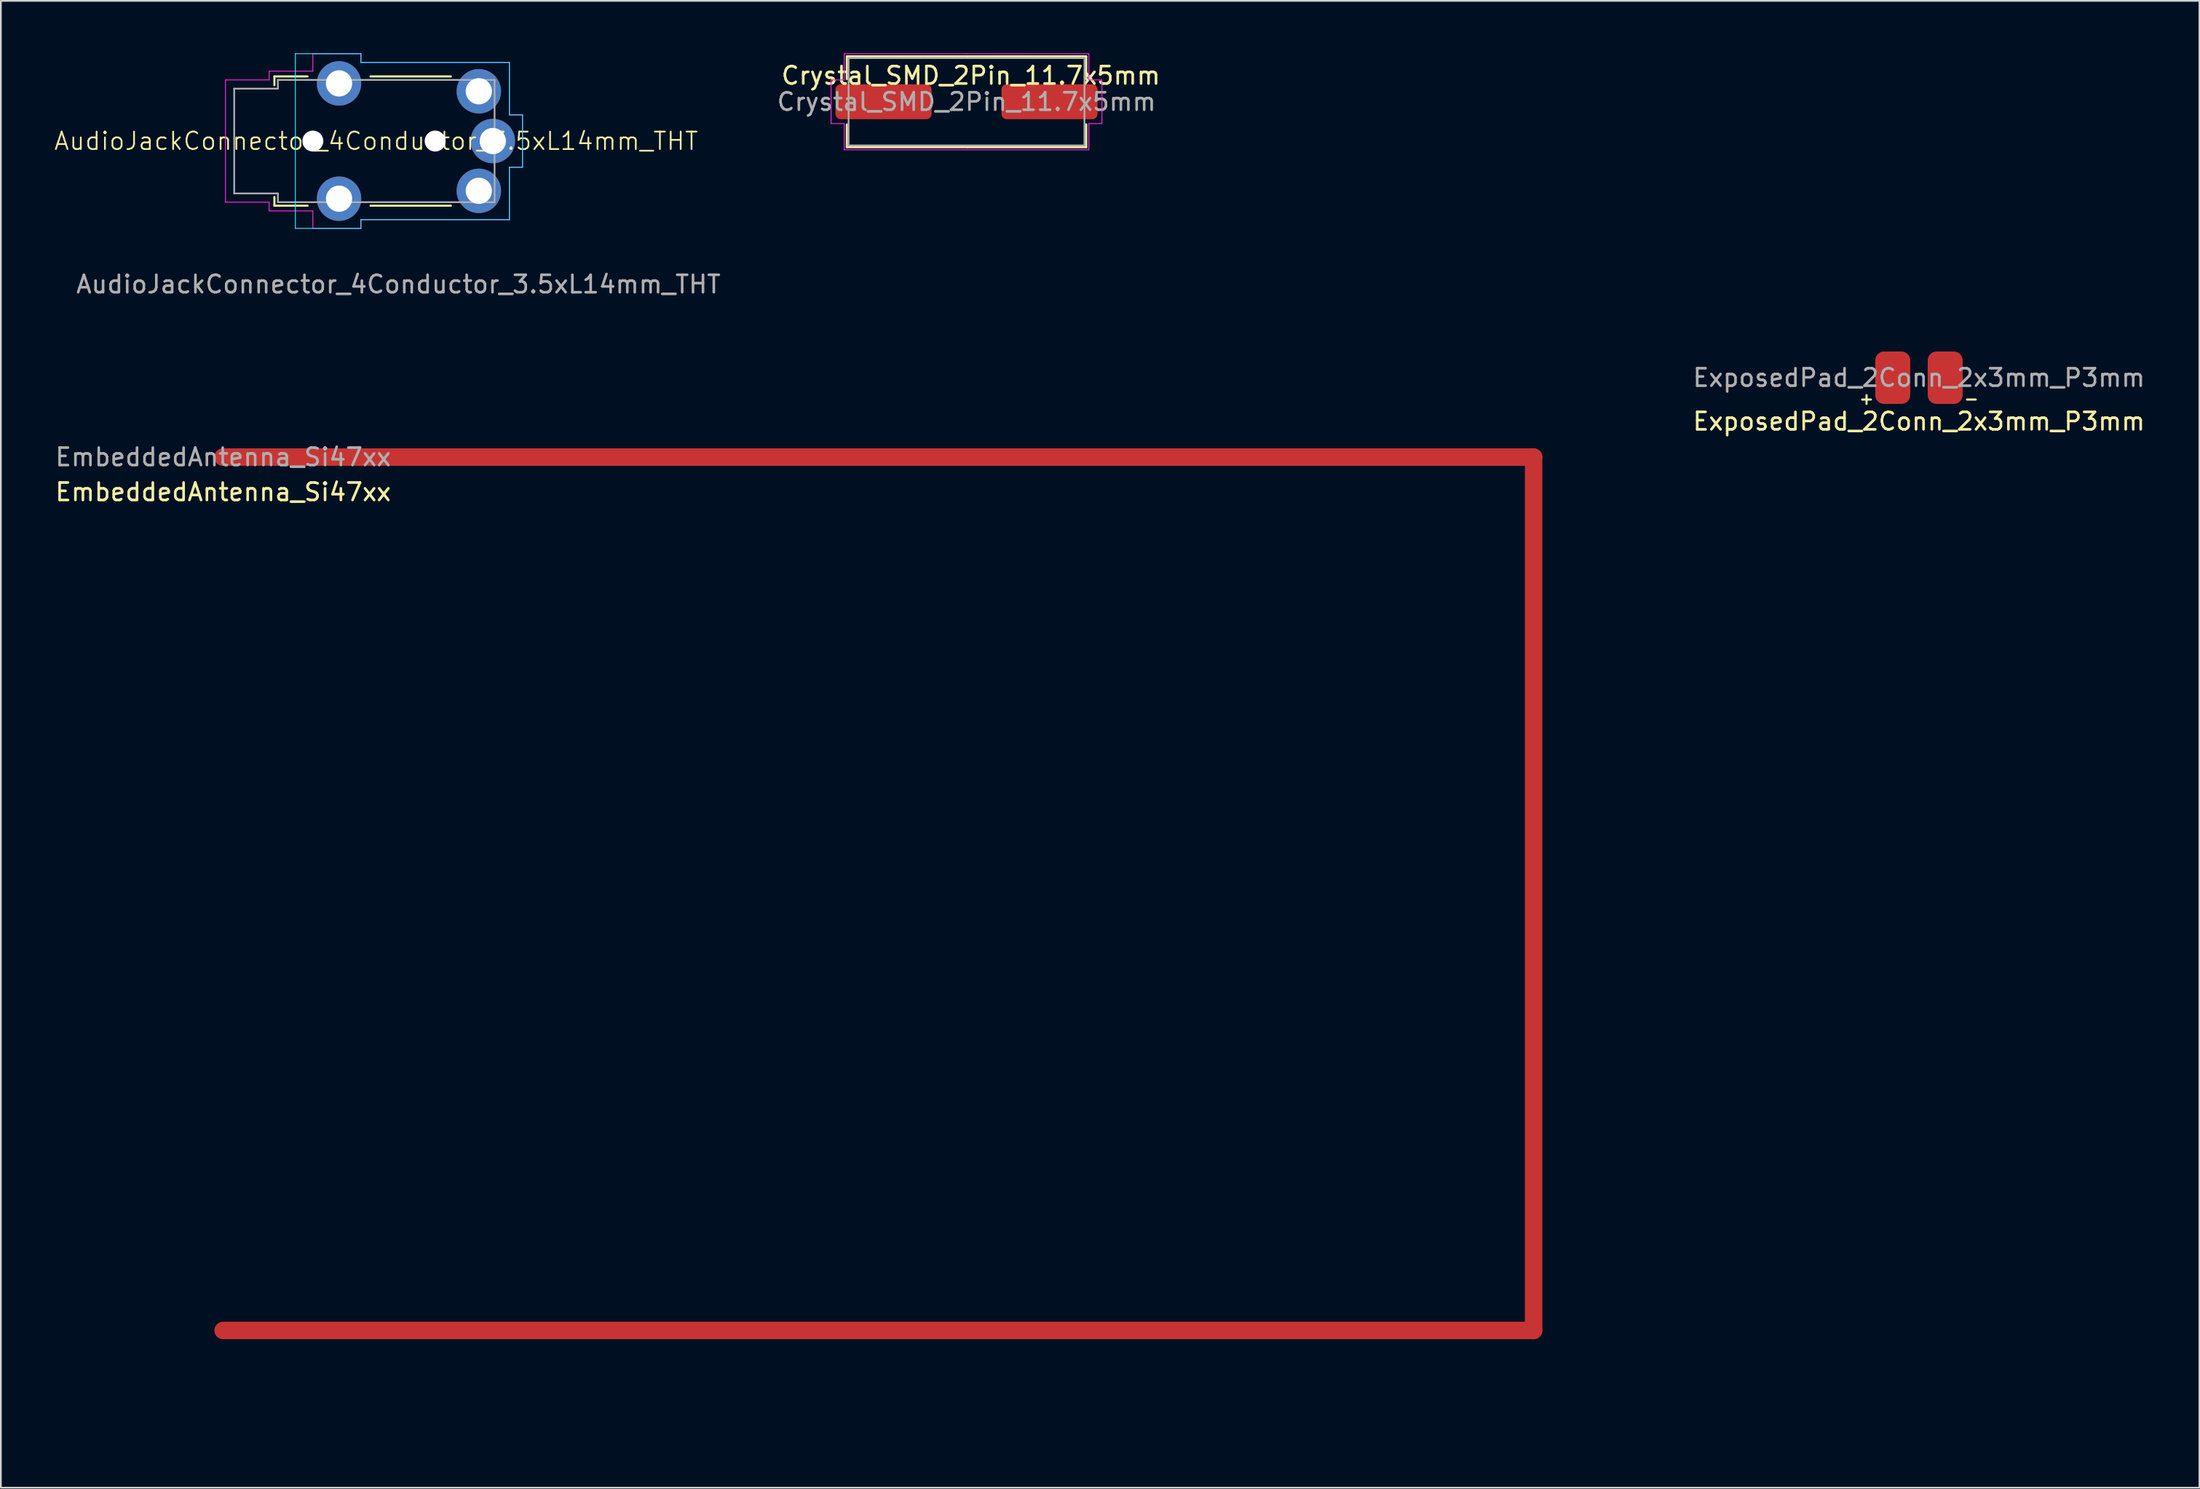
<source format=kicad_pcb>
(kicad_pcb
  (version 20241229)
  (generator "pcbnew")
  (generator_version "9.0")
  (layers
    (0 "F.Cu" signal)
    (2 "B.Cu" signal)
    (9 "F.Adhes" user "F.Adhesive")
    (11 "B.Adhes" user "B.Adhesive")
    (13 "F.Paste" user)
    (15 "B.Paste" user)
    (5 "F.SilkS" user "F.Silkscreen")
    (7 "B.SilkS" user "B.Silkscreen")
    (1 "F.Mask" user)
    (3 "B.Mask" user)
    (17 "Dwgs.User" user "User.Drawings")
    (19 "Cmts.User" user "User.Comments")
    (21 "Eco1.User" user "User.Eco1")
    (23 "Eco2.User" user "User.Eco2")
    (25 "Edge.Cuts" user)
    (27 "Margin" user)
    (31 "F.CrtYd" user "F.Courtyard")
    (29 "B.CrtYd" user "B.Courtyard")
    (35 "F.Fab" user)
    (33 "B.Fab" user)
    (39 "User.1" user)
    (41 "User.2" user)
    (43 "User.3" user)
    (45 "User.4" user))
  (footprint "AudioJackConnector_4Conductor_3.5xL14mm_THT"
    (layer "F.Cu")
    (at 12.854 5.025)
    (property "Reference" "AudioJackConnector_4Conductor_3.5xL14mm_THT" (at 5.625 0 0) (unlocked yes) (layer "F.SilkS") (effects (font (size 1 1) (thickness 0.1))))
    (attr through_hole)
    (fp_line (start -0.2 -3.7) (end 1.7 -3.7) (stroke (width 0.12) (type default)) (layer "F.SilkS"))
    (fp_line (start -0.2 -3.2) (end -0.2 -3.7) (stroke (width 0.12) (type default)) (layer "F.SilkS"))
    (fp_line (start -0.2 3.2) (end -0.2 3.7) (stroke (width 0.12) (type default)) (layer "F.SilkS"))
    (fp_line (start -0.2 3.7) (end 1.7 3.7) (stroke (width 0.12) (type default)) (layer "F.SilkS"))
    (fp_line (start 5.3 -3.7) (end 9.9 -3.7) (stroke (width 0.12) (type solid)) (layer "F.SilkS"))
    (fp_line (start 5.3 3.7) (end 9.9 3.7) (stroke (width 0.12) (type solid)) (layer "F.SilkS"))
    (fp_line (start 1 -5) (end 4.75 -5) (stroke (width 0.05) (type default)) (layer "B.CrtYd"))
    (fp_line (start 1 5) (end 1 -5) (stroke (width 0.05) (type default)) (layer "B.CrtYd"))
    (fp_line (start 1 5) (end 4.75 5) (stroke (width 0.05) (type default)) (layer "B.CrtYd"))
    (fp_line (start 4.75 -5) (end 4.75 -4.5) (stroke (width 0.05) (type default)) (layer "B.CrtYd"))
    (fp_line (start 4.75 -4.5) (end 13.25 -4.5) (stroke (width 0.05) (type default)) (layer "B.CrtYd"))
    (fp_line (start 4.75 4.5) (end 13.25 4.5) (stroke (width 0.05) (type default)) (layer "B.CrtYd"))
    (fp_line (start 4.75 5) (end 4.75 4.5) (stroke (width 0.05) (type default)) (layer "B.CrtYd"))
    (fp_line (start 13.25 -4.5) (end 13.25 -1.5) (stroke (width 0.05) (type default)) (layer "B.CrtYd"))
    (fp_line (start 13.25 -1.5) (end 14 -1.5) (stroke (width 0.05) (type default)) (layer "B.CrtYd"))
    (fp_line (start 13.25 1.5) (end 14 1.5) (stroke (width 0.05) (type default)) (layer "B.CrtYd"))
    (fp_line (start 13.25 4.5) (end 13.25 1.5) (stroke (width 0.05) (type default)) (layer "B.CrtYd"))
    (fp_line (start 14 -1.5) (end 14 0) (stroke (width 0.05) (type default)) (layer "B.CrtYd"))
    (fp_line (start 14 1.5) (end 14 0) (stroke (width 0.05) (type default)) (layer "B.CrtYd"))
    (fp_line (start -3 -3.5) (end -3 0) (stroke (width 0.05) (type default)) (layer "F.CrtYd"))
    (fp_line (start -3 3.5) (end -3 0) (stroke (width 0.05) (type default)) (layer "F.CrtYd"))
    (fp_line (start -0.5 -4) (end -0.5 -3.5) (stroke (width 0.05) (type default)) (layer "F.CrtYd"))
    (fp_line (start -0.5 -4) (end 2 -4) (stroke (width 0.05) (type default)) (layer "F.CrtYd"))
    (fp_line (start -0.5 -3.5) (end -3 -3.5) (stroke (width 0.05) (type default)) (layer "F.CrtYd"))
    (fp_line (start -0.5 3.5) (end -3 3.5) (stroke (width 0.05) (type default)) (layer "F.CrtYd"))
    (fp_line (start -0.5 4) (end -0.5 3.5) (stroke (width 0.05) (type default)) (layer "F.CrtYd"))
    (fp_line (start -0.5 4) (end 2 4) (stroke (width 0.05) (type default)) (layer "F.CrtYd"))
    (fp_line (start 2 -5) (end 4.75 -5) (stroke (width 0.05) (type default)) (layer "F.CrtYd"))
    (fp_line (start 2 -4) (end 2 -5) (stroke (width 0.05) (type default)) (layer "F.CrtYd"))
    (fp_line (start 2 4) (end 2 5) (stroke (width 0.05) (type default)) (layer "F.CrtYd"))
    (fp_line (start 2 5) (end 4.75 5) (stroke (width 0.05) (type default)) (layer "F.CrtYd"))
    (fp_line (start 4.75 -5) (end 4.75 -4.5) (stroke (width 0.05) (type default)) (layer "F.CrtYd"))
    (fp_line (start 4.75 -4.5) (end 13.25 -4.5) (stroke (width 0.05) (type default)) (layer "F.CrtYd"))
    (fp_line (start 4.75 4.5) (end 13.25 4.5) (stroke (width 0.05) (type default)) (layer "F.CrtYd"))
    (fp_line (start 4.75 5) (end 4.75 4.5) (stroke (width 0.05) (type default)) (layer "F.CrtYd"))
    (fp_line (start 13.25 -4.5) (end 13.25 -1.5) (stroke (width 0.05) (type default)) (layer "F.CrtYd"))
    (fp_line (start 13.25 -1.5) (end 14 -1.5) (stroke (width 0.05) (type default)) (layer "F.CrtYd"))
    (fp_line (start 13.25 1.5) (end 14 1.5) (stroke (width 0.05) (type default)) (layer "F.CrtYd"))
    (fp_line (start 13.25 4.5) (end 13.25 1.5) (stroke (width 0.05) (type default)) (layer "F.CrtYd"))
    (fp_line (start 14 -1.5) (end 14 0) (stroke (width 0.05) (type default)) (layer "F.CrtYd"))
    (fp_line (start 14 1.5) (end 14 0) (stroke (width 0.05) (type default)) (layer "F.CrtYd"))
    (fp_line (start -2.5 -3) (end -2.5 3) (stroke (width 0.1) (type default)) (layer "F.Fab"))
    (fp_line (start -2.5 -3) (end 0 -3) (stroke (width 0.1) (type default)) (layer "F.Fab"))
    (fp_line (start -2.5 3) (end 0 3) (stroke (width 0.1) (type default)) (layer "F.Fab"))
    (fp_line (start 0 -3) (end 0 -3.5) (stroke (width 0.1) (type default)) (layer "F.Fab"))
    (fp_line (start 0 3) (end 0 3.5) (stroke (width 0.1) (type default)) (layer "F.Fab"))
    (fp_line (start 12.4 -3.5) (end 0 -3.5) (stroke (width 0.1) (type default)) (layer "F.Fab"))
    (fp_line (start 12.4 -3.5) (end 12.4 3.5) (stroke (width 0.1) (type solid)) (layer "F.Fab"))
    (fp_line (start 12.4 3.5) (end 0 3.5) (stroke (width 0.1) (type default)) (layer "F.Fab"))
    (fp_text user "${REFERENCE}" (at 6.9 8.2 0) (unlocked yes) (layer "F.Fab") (effects (font (size 1 1) (thickness 0.15))))
    (pad "" np_thru_hole circle (at 2 0) (size 1.2 1.2) (drill 1.2) (layers "*.Cu" "*.Mask"))
    (pad "" np_thru_hole circle (at 9 0) (size 1.2 1.2) (drill 1.2) (layers "*.Cu" "*.Mask"))
    (pad "1" thru_hole circle (at 12.3 0) (size 2.54 2.54) (drill 1.5) (layers "*.Cu" "*.Mask"))
    (pad "2" thru_hole circle (at 11.5 -2.85) (size 2.54 2.54) (drill 1.5) (layers "*.Cu" "*.Mask"))
    (pad "3" thru_hole circle (at 11.5 2.85) (size 2.54 2.54) (drill 1.5) (layers "*.Cu" "*.Mask"))
    (pad "4" thru_hole circle (at 3.5 -3.3) (size 2.54 2.54) (drill 1.5) (layers "*.Cu" "*.Mask"))
    (pad "4" thru_hole circle (at 3.5 3.3) (size 2.54 2.54) (drill 1.5) (layers "*.Cu" "*.Mask")))
  (footprint "Crystal_SMD_2Pin_11.7x5mm"
    (layer "F.Cu")
    (at 52.265 2.775)
    (property "Reference" "Crystal_SMD_2Pin_11.7x5mm" (at 0.25 -1.5 0) (unlocked yes) (layer "F.SilkS") (effects (font (size 1 1) (thickness 0.15))))
    (attr smd)
    (fp_line (start -6.85 -2.6) (end -6.85 -1.3) (stroke (width 0.12) (type default)) (layer "F.SilkS"))
    (fp_line (start -6.85 2.6) (end -6.85 1.3) (stroke (width 0.12) (type default)) (layer "F.SilkS"))
    (fp_line (start 0.05 -2.6) (end -6.85 -2.6) (stroke (width 0.12) (type default)) (layer "F.SilkS"))
    (fp_line (start 0.05 -2.6) (end 6.85 -2.6) (stroke (width 0.12) (type default)) (layer "F.SilkS"))
    (fp_line (start 0.05 2.6) (end -6.85 2.6) (stroke (width 0.12) (type default)) (layer "F.SilkS"))
    (fp_line (start 0.05 2.6) (end 6.85 2.6) (stroke (width 0.12) (type default)) (layer "F.SilkS"))
    (fp_line (start 6.85 -2.6) (end 6.85 -1.3) (stroke (width 0.12) (type default)) (layer "F.SilkS"))
    (fp_line (start 6.85 2.6) (end 6.85 1.3) (stroke (width 0.12) (type default)) (layer "F.SilkS"))
    (fp_line (start -7.75 -1.25) (end -7.75 1.25) (stroke (width 0.05) (type default)) (layer "F.CrtYd"))
    (fp_line (start -7.75 1.25) (end -7 1.25) (stroke (width 0.05) (type default)) (layer "F.CrtYd"))
    (fp_line (start -7 -2.75) (end -7 -1.25) (stroke (width 0.05) (type default)) (layer "F.CrtYd"))
    (fp_line (start -7 -1.25) (end -7.75 -1.25) (stroke (width 0.05) (type default)) (layer "F.CrtYd"))
    (fp_line (start -7 1.25) (end -7 2.75) (stroke (width 0.05) (type default)) (layer "F.CrtYd"))
    (fp_line (start -7 2.75) (end 0 2.75) (stroke (width 0.05) (type default)) (layer "F.CrtYd"))
    (fp_line (start 0 -2.75) (end -7 -2.75) (stroke (width 0.05) (type default)) (layer "F.CrtYd"))
    (fp_line (start 0 -2.75) (end 7 -2.75) (stroke (width 0.05) (type default)) (layer "F.CrtYd"))
    (fp_line (start 7 -2.75) (end 7 -1.25) (stroke (width 0.05) (type default)) (layer "F.CrtYd"))
    (fp_line (start 7 -1.25) (end 7.75 -1.25) (stroke (width 0.05) (type default)) (layer "F.CrtYd"))
    (fp_line (start 7 1.25) (end 7 2.75) (stroke (width 0.05) (type default)) (layer "F.CrtYd"))
    (fp_line (start 7 2.75) (end 0 2.75) (stroke (width 0.05) (type default)) (layer "F.CrtYd"))
    (fp_line (start 7.75 -1.25) (end 7.75 1.25) (stroke (width 0.05) (type default)) (layer "F.CrtYd"))
    (fp_line (start 7.75 1.25) (end 7 1.25) (stroke (width 0.05) (type default)) (layer "F.CrtYd"))
    (fp_rect (start -6.75 -2.5) (end 6.75 2.5) (stroke (width 0.1) (type solid)) (fill no) (layer "F.Fab"))
    (fp_text user "${REFERENCE}" (at 0 0 0) (unlocked yes) (layer "F.Fab") (effects (font (size 1 1) (thickness 0.15))))
    (pad "1" smd roundrect (at -4.75 0) (size 5.5 2) (layers "F.Cu" "F.Mask" "F.Paste") (roundrect_rratio 0.15))
    (pad "2" smd roundrect (at 4.75 0) (size 5.5 2) (layers "F.Cu" "F.Mask" "F.Paste") (roundrect_rratio 0.15)))
  (footprint "ExposedPad_2Conn_2x3mm_P3mm"
    (layer "F.Cu")
    (at 106.774 18.573)
    (property "Reference" "ExposedPad_2Conn_2x3mm_P3mm" (at 0 2.5 0) (unlocked yes) (layer "F.SilkS") (effects (font (size 1 1) (thickness 0.15))))
    (attr smd allow_missing_courtyard)
    (fp_line (start -3.25 1.25) (end -2.75 1.25) (stroke (width 0.12) (type default)) (layer "F.SilkS"))
    (fp_line (start -3 1.5) (end -3 1) (stroke (width 0.12) (type default)) (layer "F.SilkS"))
    (fp_line (start 2.75 1.25) (end 3.25 1.25) (stroke (width 0.12) (type default)) (layer "F.SilkS"))
    (fp_text user "${REFERENCE}" (at 0 0 0) (unlocked yes) (layer "F.Fab") (effects (font (size 1 1) (thickness 0.15))))
    (pad "1" smd roundrect (at -1.5 0) (size 2 3) (layers "F.Cu" "F.Mask" "F.Paste") (roundrect_rratio 0.25))
    (pad "2" smd roundrect (at 1.5 0) (size 2 3) (layers "F.Cu" "F.Mask" "F.Paste") (roundrect_rratio 0.25)))
  (footprint "EmbeddedAntenna_Si47xx"
    (layer "F.Cu")
    (at 9.72 23.118)
    (property "Reference" "EmbeddedAntenna_Si47xx" (at 0 2 0) (unlocked yes) (layer "F.SilkS") (effects (font (size 1 1) (thickness 0.15))))
    (attr smd allow_missing_courtyard)
    (fp_line (start 0 0) (end 75 0) (stroke (width 1) (type solid)) (layer "F.Cu"))
    (fp_line (start 75 0) (end 75 50) (stroke (width 1) (type solid)) (layer "F.Cu"))
    (fp_line (start 75 50) (end 0 50) (stroke (width 1) (type solid)) (layer "F.Cu"))
    (fp_text user "${REFERENCE}" (at 0 0 0) (unlocked yes) (layer "F.Fab") (effects (font (size 1 1) (thickness 0.15))))
    (pad "1" smd circle (at 0 0) (size 1 1) (layers "F.Cu" "F.Mask" "F.Paste"))
    (zone (net_name "") (layer "F.Cu") (hatch edge 0.5) (connect_pads) (min_thickness 0.25) (filled_areas_thickness no) (keepout (tracks not_allowed) (vias not_allowed) (pads not_allowed) (copperpour not_allowed) (footprints not_allowed)) (placement (enabled no)) (fill) (polygon (pts (xy 3.72 17.073) (xy 90.72 17.115) (xy 90.72 79.118) (xy 3.72 79.118) (xy 3.72 67.118) (xy 78.72 67.118) (xy 78.72 29.121) (xy 3.72 29.168)))))
  (gr_rect
    (start -3 -3)
    (end 122.827 82.118)
    (stroke (width 0.1) (type default))
    (fill no)
    (layer "Edge.Cuts")))
</source>
